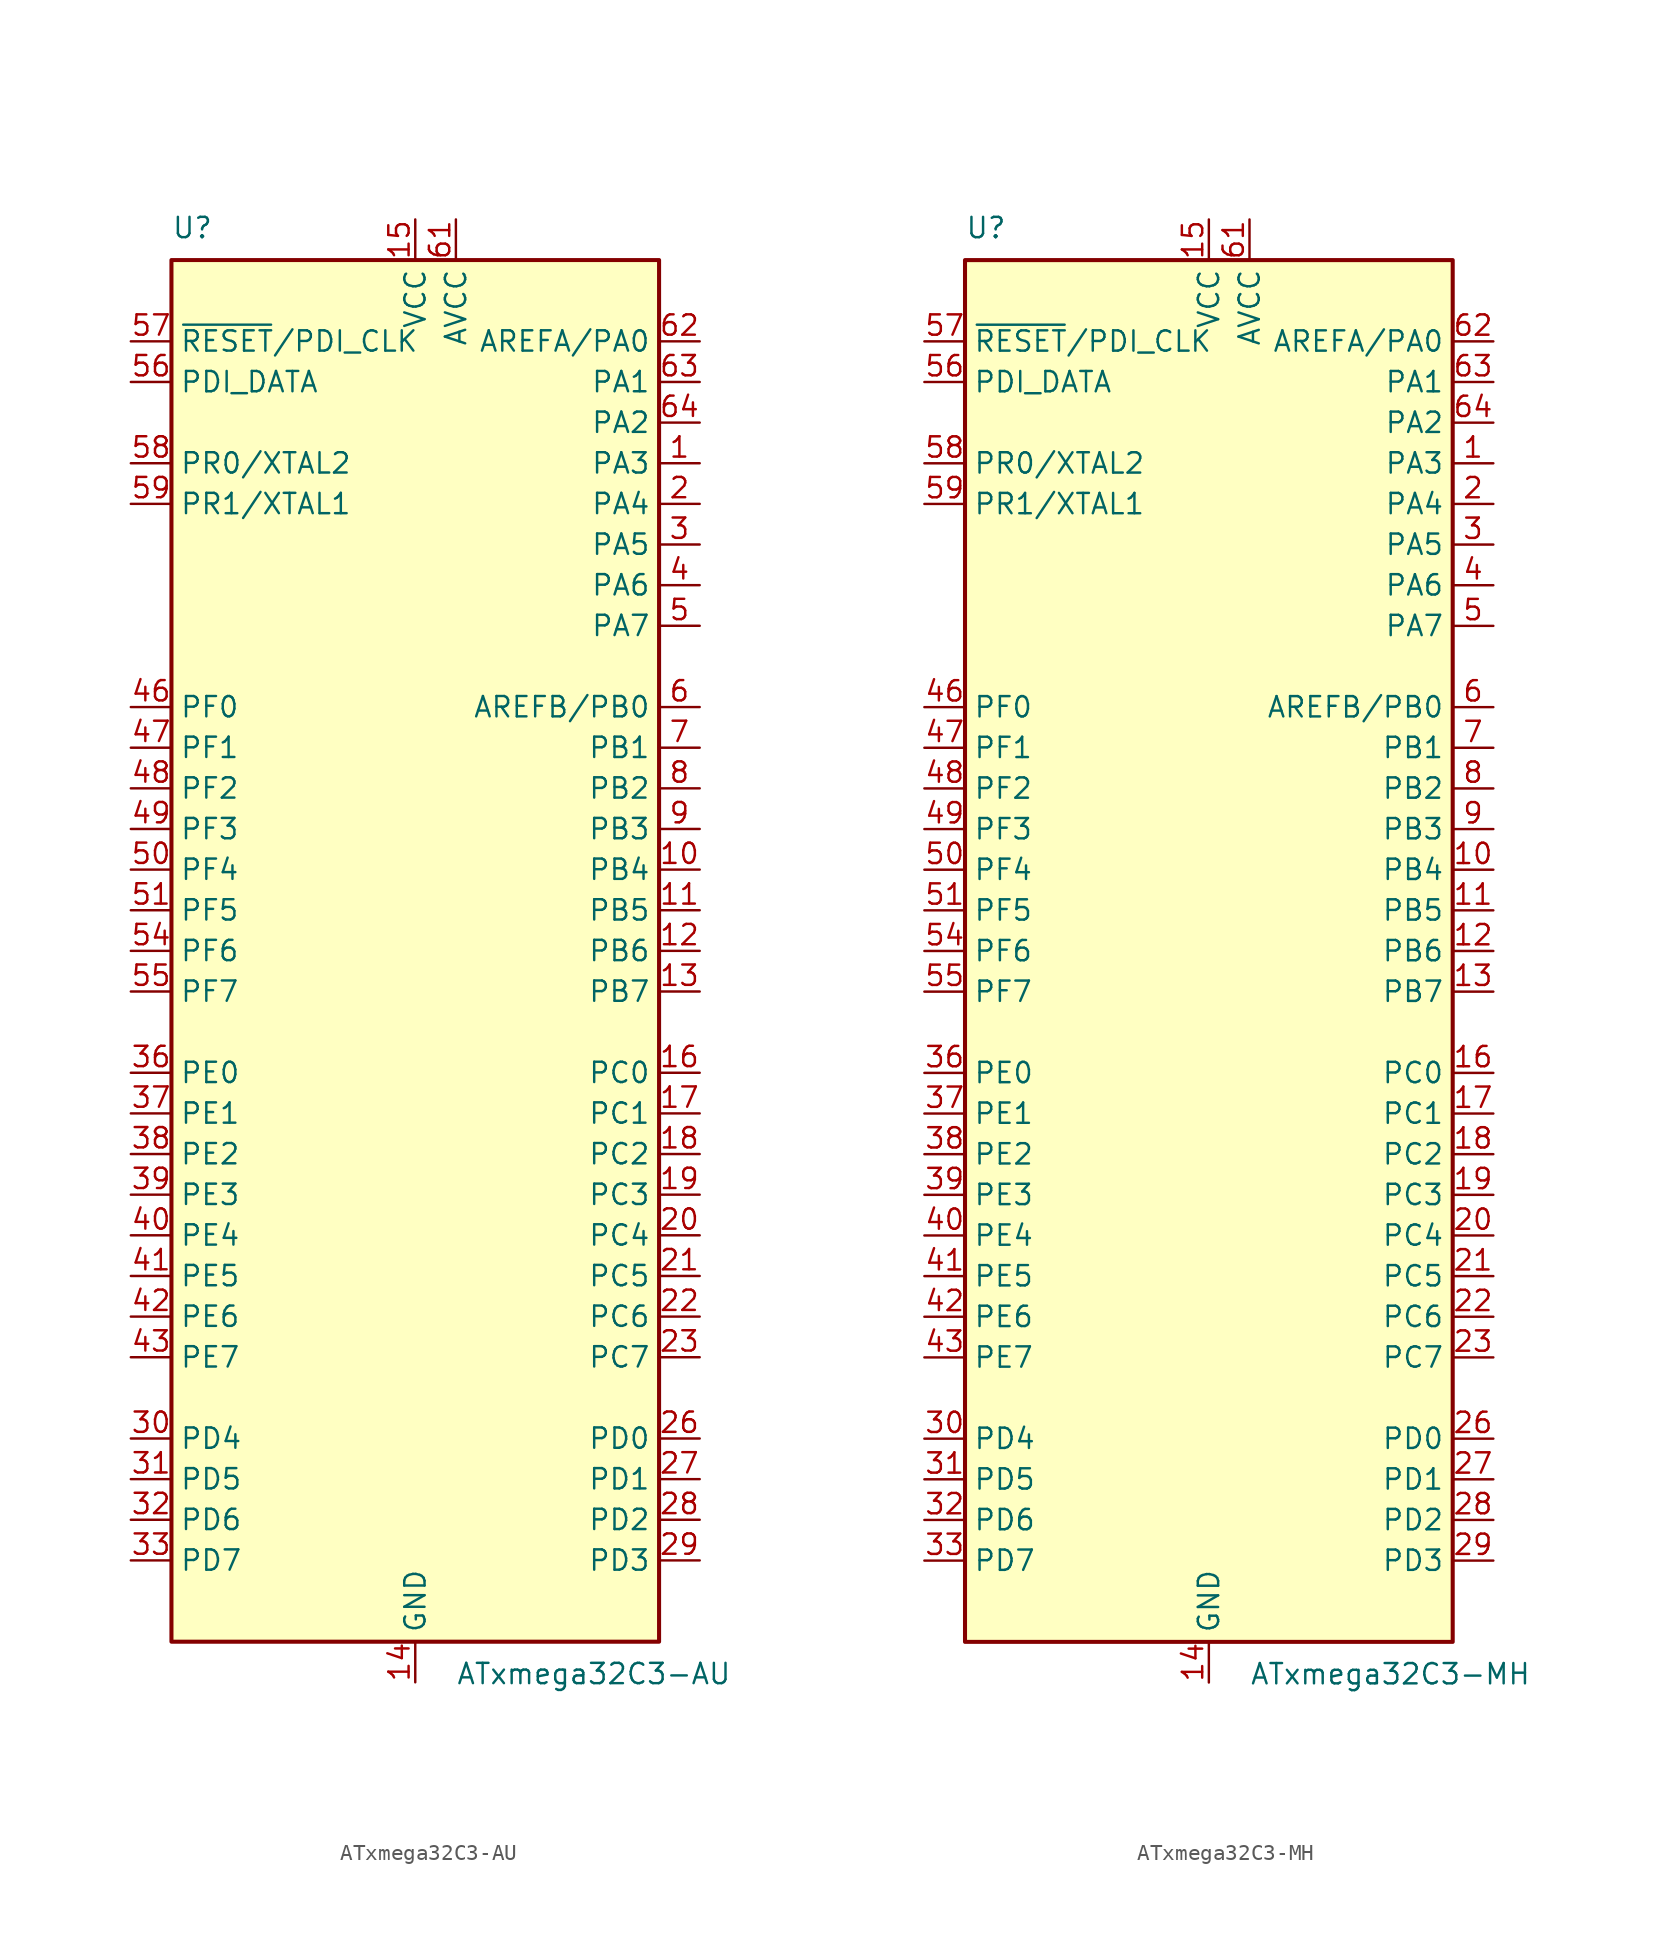
<source format=kicad_sym>
(kicad_symbol_lib
  (version 20211014)
  (generator kicad_symbol_editor)
  (symbol "ATxmega32C3-AU"
    (property "Reference" "U"
      (at -15.24 44.45 0)
      (effects (font (size 1.27 1.27)) (justify left bottom)))
    (property "Value" "ATxmega32C3-AU"
      (at 2.54 -44.45 0)
      (effects (font (size 1.27 1.27)) (justify left top)))
    (symbol "ATxmega32C3-AU_0_1"
      (rectangle (start -15.24 -43.18) (end 15.24 43.18) (stroke (width 0.254) (type default) (color 0 0 0 0)) (fill (type background))))
    (symbol "ATxmega32C3-AU_1_1"
      (pin bidirectional line (at 17.78 30.48 180) (length 2.54) (name "PA3" (effects (font (size 1.27 1.27)))) (number "1" (effects (font (size 1.27 1.27)))))
      (pin bidirectional line (at 17.78 5.08 180) (length 2.54) (name "PB4" (effects (font (size 1.27 1.27)))) (number "10" (effects (font (size 1.27 1.27)))))
      (pin bidirectional line (at 17.78 2.54 180) (length 2.54) (name "PB5" (effects (font (size 1.27 1.27)))) (number "11" (effects (font (size 1.27 1.27)))))
      (pin bidirectional line (at 17.78 0 180) (length 2.54) (name "PB6" (effects (font (size 1.27 1.27)))) (number "12" (effects (font (size 1.27 1.27)))))
      (pin bidirectional line (at 17.78 -2.54 180) (length 2.54) (name "PB7" (effects (font (size 1.27 1.27)))) (number "13" (effects (font (size 1.27 1.27)))))
      (pin power_in line (at 0 -45.72 90) (length 2.54) (name "GND" (effects (font (size 1.27 1.27)))) (number "14" (effects (font (size 1.27 1.27)))))
      (pin power_in line (at 0 45.72 270) (length 2.54) (name "VCC" (effects (font (size 1.27 1.27)))) (number "15" (effects (font (size 1.27 1.27)))))
      (pin bidirectional line (at 17.78 -7.62 180) (length 2.54) (name "PC0" (effects (font (size 1.27 1.27)))) (number "16" (effects (font (size 1.27 1.27)))))
      (pin bidirectional line (at 17.78 -10.16 180) (length 2.54) (name "PC1" (effects (font (size 1.27 1.27)))) (number "17" (effects (font (size 1.27 1.27)))))
      (pin bidirectional line (at 17.78 -12.7 180) (length 2.54) (name "PC2" (effects (font (size 1.27 1.27)))) (number "18" (effects (font (size 1.27 1.27)))))
      (pin bidirectional line (at 17.78 -15.24 180) (length 2.54) (name "PC3" (effects (font (size 1.27 1.27)))) (number "19" (effects (font (size 1.27 1.27)))))
      (pin bidirectional line (at 17.78 27.94 180) (length 2.54) (name "PA4" (effects (font (size 1.27 1.27)))) (number "2" (effects (font (size 1.27 1.27)))))
      (pin bidirectional line (at 17.78 -17.78 180) (length 2.54) (name "PC4" (effects (font (size 1.27 1.27)))) (number "20" (effects (font (size 1.27 1.27)))))
      (pin bidirectional line (at 17.78 -20.32 180) (length 2.54) (name "PC5" (effects (font (size 1.27 1.27)))) (number "21" (effects (font (size 1.27 1.27)))))
      (pin bidirectional line (at 17.78 -22.86 180) (length 2.54) (name "PC6" (effects (font (size 1.27 1.27)))) (number "22" (effects (font (size 1.27 1.27)))))
      (pin bidirectional line (at 17.78 -25.4 180) (length 2.54) (name "PC7" (effects (font (size 1.27 1.27)))) (number "23" (effects (font (size 1.27 1.27)))))
      (pin passive line (at 0 -45.72 90) (length 2.54) hide (name "GND" (effects (font (size 1.27 1.27)))) (number "24" (effects (font (size 1.27 1.27)))))
      (pin passive line (at 0 45.72 270) (length 2.54) hide (name "VCC" (effects (font (size 1.27 1.27)))) (number "25" (effects (font (size 1.27 1.27)))))
      (pin bidirectional line (at 17.78 -30.48 180) (length 2.54) (name "PD0" (effects (font (size 1.27 1.27)))) (number "26" (effects (font (size 1.27 1.27)))))
      (pin bidirectional line (at 17.78 -33.02 180) (length 2.54) (name "PD1" (effects (font (size 1.27 1.27)))) (number "27" (effects (font (size 1.27 1.27)))))
      (pin bidirectional line (at 17.78 -35.56 180) (length 2.54) (name "PD2" (effects (font (size 1.27 1.27)))) (number "28" (effects (font (size 1.27 1.27)))))
      (pin bidirectional line (at 17.78 -38.1 180) (length 2.54) (name "PD3" (effects (font (size 1.27 1.27)))) (number "29" (effects (font (size 1.27 1.27)))))
      (pin bidirectional line (at 17.78 25.4 180) (length 2.54) (name "PA5" (effects (font (size 1.27 1.27)))) (number "3" (effects (font (size 1.27 1.27)))))
      (pin bidirectional line (at -17.78 -30.48 0) (length 2.54) (name "PD4" (effects (font (size 1.27 1.27)))) (number "30" (effects (font (size 1.27 1.27)))))
      (pin bidirectional line (at -17.78 -33.02 0) (length 2.54) (name "PD5" (effects (font (size 1.27 1.27)))) (number "31" (effects (font (size 1.27 1.27)))))
      (pin bidirectional line (at -17.78 -35.56 0) (length 2.54) (name "PD6" (effects (font (size 1.27 1.27)))) (number "32" (effects (font (size 1.27 1.27)))))
      (pin bidirectional line (at -17.78 -38.1 0) (length 2.54) (name "PD7" (effects (font (size 1.27 1.27)))) (number "33" (effects (font (size 1.27 1.27)))))
      (pin passive line (at 0 -45.72 90) (length 2.54) hide (name "GND" (effects (font (size 1.27 1.27)))) (number "34" (effects (font (size 1.27 1.27)))))
      (pin passive line (at 0 45.72 270) (length 2.54) hide (name "VCC" (effects (font (size 1.27 1.27)))) (number "35" (effects (font (size 1.27 1.27)))))
      (pin bidirectional line (at -17.78 -7.62 0) (length 2.54) (name "PE0" (effects (font (size 1.27 1.27)))) (number "36" (effects (font (size 1.27 1.27)))))
      (pin bidirectional line (at -17.78 -10.16 0) (length 2.54) (name "PE1" (effects (font (size 1.27 1.27)))) (number "37" (effects (font (size 1.27 1.27)))))
      (pin bidirectional line (at -17.78 -12.7 0) (length 2.54) (name "PE2" (effects (font (size 1.27 1.27)))) (number "38" (effects (font (size 1.27 1.27)))))
      (pin bidirectional line (at -17.78 -15.24 0) (length 2.54) (name "PE3" (effects (font (size 1.27 1.27)))) (number "39" (effects (font (size 1.27 1.27)))))
      (pin bidirectional line (at 17.78 22.86 180) (length 2.54) (name "PA6" (effects (font (size 1.27 1.27)))) (number "4" (effects (font (size 1.27 1.27)))))
      (pin bidirectional line (at -17.78 -17.78 0) (length 2.54) (name "PE4" (effects (font (size 1.27 1.27)))) (number "40" (effects (font (size 1.27 1.27)))))
      (pin bidirectional line (at -17.78 -20.32 0) (length 2.54) (name "PE5" (effects (font (size 1.27 1.27)))) (number "41" (effects (font (size 1.27 1.27)))))
      (pin bidirectional line (at -17.78 -22.86 0) (length 2.54) (name "PE6" (effects (font (size 1.27 1.27)))) (number "42" (effects (font (size 1.27 1.27)))))
      (pin bidirectional line (at -17.78 -25.4 0) (length 2.54) (name "PE7" (effects (font (size 1.27 1.27)))) (number "43" (effects (font (size 1.27 1.27)))))
      (pin passive line (at 0 -45.72 90) (length 2.54) hide (name "GND" (effects (font (size 1.27 1.27)))) (number "44" (effects (font (size 1.27 1.27)))))
      (pin passive line (at 0 45.72 270) (length 2.54) hide (name "VCC" (effects (font (size 1.27 1.27)))) (number "45" (effects (font (size 1.27 1.27)))))
      (pin bidirectional line (at -17.78 15.24 0) (length 2.54) (name "PF0" (effects (font (size 1.27 1.27)))) (number "46" (effects (font (size 1.27 1.27)))))
      (pin bidirectional line (at -17.78 12.7 0) (length 2.54) (name "PF1" (effects (font (size 1.27 1.27)))) (number "47" (effects (font (size 1.27 1.27)))))
      (pin bidirectional line (at -17.78 10.16 0) (length 2.54) (name "PF2" (effects (font (size 1.27 1.27)))) (number "48" (effects (font (size 1.27 1.27)))))
      (pin bidirectional line (at -17.78 7.62 0) (length 2.54) (name "PF3" (effects (font (size 1.27 1.27)))) (number "49" (effects (font (size 1.27 1.27)))))
      (pin bidirectional line (at 17.78 20.32 180) (length 2.54) (name "PA7" (effects (font (size 1.27 1.27)))) (number "5" (effects (font (size 1.27 1.27)))))
      (pin bidirectional line (at -17.78 5.08 0) (length 2.54) (name "PF4" (effects (font (size 1.27 1.27)))) (number "50" (effects (font (size 1.27 1.27)))))
      (pin bidirectional line (at -17.78 2.54 0) (length 2.54) (name "PF5" (effects (font (size 1.27 1.27)))) (number "51" (effects (font (size 1.27 1.27)))))
      (pin passive line (at 0 -45.72 90) (length 2.54) hide (name "GND" (effects (font (size 1.27 1.27)))) (number "52" (effects (font (size 1.27 1.27)))))
      (pin passive line (at 0 45.72 270) (length 2.54) hide (name "VCC" (effects (font (size 1.27 1.27)))) (number "53" (effects (font (size 1.27 1.27)))))
      (pin bidirectional line (at -17.78 0 0) (length 2.54) (name "PF6" (effects (font (size 1.27 1.27)))) (number "54" (effects (font (size 1.27 1.27)))))
      (pin bidirectional line (at -17.78 -2.54 0) (length 2.54) (name "PF7" (effects (font (size 1.27 1.27)))) (number "55" (effects (font (size 1.27 1.27)))))
      (pin bidirectional line (at -17.78 35.56 0) (length 2.54) (name "PDI_DATA" (effects (font (size 1.27 1.27)))) (number "56" (effects (font (size 1.27 1.27)))))
      (pin input line (at -17.78 38.1 0) (length 2.54) (name "~{RESET}/PDI_CLK" (effects (font (size 1.27 1.27)))) (number "57" (effects (font (size 1.27 1.27)))))
      (pin bidirectional line (at -17.78 30.48 0) (length 2.54) (name "PR0/XTAL2" (effects (font (size 1.27 1.27)))) (number "58" (effects (font (size 1.27 1.27)))))
      (pin bidirectional line (at -17.78 27.94 0) (length 2.54) (name "PR1/XTAL1" (effects (font (size 1.27 1.27)))) (number "59" (effects (font (size 1.27 1.27)))))
      (pin bidirectional line (at 17.78 15.24 180) (length 2.54) (name "AREFB/PB0" (effects (font (size 1.27 1.27)))) (number "6" (effects (font (size 1.27 1.27)))))
      (pin passive line (at 0 -45.72 90) (length 2.54) hide (name "GND" (effects (font (size 1.27 1.27)))) (number "60" (effects (font (size 1.27 1.27)))))
      (pin power_in line (at 2.54 45.72 270) (length 2.54) (name "AVCC" (effects (font (size 1.27 1.27)))) (number "61" (effects (font (size 1.27 1.27)))))
      (pin bidirectional line (at 17.78 38.1 180) (length 2.54) (name "AREFA/PA0" (effects (font (size 1.27 1.27)))) (number "62" (effects (font (size 1.27 1.27)))))
      (pin bidirectional line (at 17.78 35.56 180) (length 2.54) (name "PA1" (effects (font (size 1.27 1.27)))) (number "63" (effects (font (size 1.27 1.27)))))
      (pin bidirectional line (at 17.78 33.02 180) (length 2.54) (name "PA2" (effects (font (size 1.27 1.27)))) (number "64" (effects (font (size 1.27 1.27)))))
      (pin bidirectional line (at 17.78 12.7 180) (length 2.54) (name "PB1" (effects (font (size 1.27 1.27)))) (number "7" (effects (font (size 1.27 1.27)))))
      (pin bidirectional line (at 17.78 10.16 180) (length 2.54) (name "PB2" (effects (font (size 1.27 1.27)))) (number "8" (effects (font (size 1.27 1.27)))))
      (pin bidirectional line (at 17.78 7.62 180) (length 2.54) (name "PB3" (effects (font (size 1.27 1.27)))) (number "9" (effects (font (size 1.27 1.27)))))))
  (symbol "ATxmega32C3-MH"
    (property "Reference" "U"
      (at -15.24 44.45 0)
      (effects (font (size 1.27 1.27)) (justify left bottom)))
    (property "Value" "ATxmega32C3-MH"
      (at 2.54 -44.45 0)
      (effects (font (size 1.27 1.27)) (justify left top)))
    (symbol "ATxmega32C3-MH_0_1"
      (rectangle (start -15.24 -43.18) (end 15.24 43.18) (stroke (width 0.254) (type default) (color 0 0 0 0)) (fill (type background))))
    (symbol "ATxmega32C3-MH_1_1"
      (pin bidirectional line (at 17.78 30.48 180) (length 2.54) (name "PA3" (effects (font (size 1.27 1.27)))) (number "1" (effects (font (size 1.27 1.27)))))
      (pin bidirectional line (at 17.78 5.08 180) (length 2.54) (name "PB4" (effects (font (size 1.27 1.27)))) (number "10" (effects (font (size 1.27 1.27)))))
      (pin bidirectional line (at 17.78 2.54 180) (length 2.54) (name "PB5" (effects (font (size 1.27 1.27)))) (number "11" (effects (font (size 1.27 1.27)))))
      (pin bidirectional line (at 17.78 0 180) (length 2.54) (name "PB6" (effects (font (size 1.27 1.27)))) (number "12" (effects (font (size 1.27 1.27)))))
      (pin bidirectional line (at 17.78 -2.54 180) (length 2.54) (name "PB7" (effects (font (size 1.27 1.27)))) (number "13" (effects (font (size 1.27 1.27)))))
      (pin power_in line (at 0 -45.72 90) (length 2.54) (name "GND" (effects (font (size 1.27 1.27)))) (number "14" (effects (font (size 1.27 1.27)))))
      (pin power_in line (at 0 45.72 270) (length 2.54) (name "VCC" (effects (font (size 1.27 1.27)))) (number "15" (effects (font (size 1.27 1.27)))))
      (pin bidirectional line (at 17.78 -7.62 180) (length 2.54) (name "PC0" (effects (font (size 1.27 1.27)))) (number "16" (effects (font (size 1.27 1.27)))))
      (pin bidirectional line (at 17.78 -10.16 180) (length 2.54) (name "PC1" (effects (font (size 1.27 1.27)))) (number "17" (effects (font (size 1.27 1.27)))))
      (pin bidirectional line (at 17.78 -12.7 180) (length 2.54) (name "PC2" (effects (font (size 1.27 1.27)))) (number "18" (effects (font (size 1.27 1.27)))))
      (pin bidirectional line (at 17.78 -15.24 180) (length 2.54) (name "PC3" (effects (font (size 1.27 1.27)))) (number "19" (effects (font (size 1.27 1.27)))))
      (pin bidirectional line (at 17.78 27.94 180) (length 2.54) (name "PA4" (effects (font (size 1.27 1.27)))) (number "2" (effects (font (size 1.27 1.27)))))
      (pin bidirectional line (at 17.78 -17.78 180) (length 2.54) (name "PC4" (effects (font (size 1.27 1.27)))) (number "20" (effects (font (size 1.27 1.27)))))
      (pin bidirectional line (at 17.78 -20.32 180) (length 2.54) (name "PC5" (effects (font (size 1.27 1.27)))) (number "21" (effects (font (size 1.27 1.27)))))
      (pin bidirectional line (at 17.78 -22.86 180) (length 2.54) (name "PC6" (effects (font (size 1.27 1.27)))) (number "22" (effects (font (size 1.27 1.27)))))
      (pin bidirectional line (at 17.78 -25.4 180) (length 2.54) (name "PC7" (effects (font (size 1.27 1.27)))) (number "23" (effects (font (size 1.27 1.27)))))
      (pin passive line (at 0 -45.72 90) (length 2.54) hide (name "GND" (effects (font (size 1.27 1.27)))) (number "24" (effects (font (size 1.27 1.27)))))
      (pin passive line (at 0 45.72 270) (length 2.54) hide (name "VCC" (effects (font (size 1.27 1.27)))) (number "25" (effects (font (size 1.27 1.27)))))
      (pin bidirectional line (at 17.78 -30.48 180) (length 2.54) (name "PD0" (effects (font (size 1.27 1.27)))) (number "26" (effects (font (size 1.27 1.27)))))
      (pin bidirectional line (at 17.78 -33.02 180) (length 2.54) (name "PD1" (effects (font (size 1.27 1.27)))) (number "27" (effects (font (size 1.27 1.27)))))
      (pin bidirectional line (at 17.78 -35.56 180) (length 2.54) (name "PD2" (effects (font (size 1.27 1.27)))) (number "28" (effects (font (size 1.27 1.27)))))
      (pin bidirectional line (at 17.78 -38.1 180) (length 2.54) (name "PD3" (effects (font (size 1.27 1.27)))) (number "29" (effects (font (size 1.27 1.27)))))
      (pin bidirectional line (at 17.78 25.4 180) (length 2.54) (name "PA5" (effects (font (size 1.27 1.27)))) (number "3" (effects (font (size 1.27 1.27)))))
      (pin bidirectional line (at -17.78 -30.48 0) (length 2.54) (name "PD4" (effects (font (size 1.27 1.27)))) (number "30" (effects (font (size 1.27 1.27)))))
      (pin bidirectional line (at -17.78 -33.02 0) (length 2.54) (name "PD5" (effects (font (size 1.27 1.27)))) (number "31" (effects (font (size 1.27 1.27)))))
      (pin bidirectional line (at -17.78 -35.56 0) (length 2.54) (name "PD6" (effects (font (size 1.27 1.27)))) (number "32" (effects (font (size 1.27 1.27)))))
      (pin bidirectional line (at -17.78 -38.1 0) (length 2.54) (name "PD7" (effects (font (size 1.27 1.27)))) (number "33" (effects (font (size 1.27 1.27)))))
      (pin passive line (at 0 -45.72 90) (length 2.54) hide (name "GND" (effects (font (size 1.27 1.27)))) (number "34" (effects (font (size 1.27 1.27)))))
      (pin passive line (at 0 45.72 270) (length 2.54) hide (name "VCC" (effects (font (size 1.27 1.27)))) (number "35" (effects (font (size 1.27 1.27)))))
      (pin bidirectional line (at -17.78 -7.62 0) (length 2.54) (name "PE0" (effects (font (size 1.27 1.27)))) (number "36" (effects (font (size 1.27 1.27)))))
      (pin bidirectional line (at -17.78 -10.16 0) (length 2.54) (name "PE1" (effects (font (size 1.27 1.27)))) (number "37" (effects (font (size 1.27 1.27)))))
      (pin bidirectional line (at -17.78 -12.7 0) (length 2.54) (name "PE2" (effects (font (size 1.27 1.27)))) (number "38" (effects (font (size 1.27 1.27)))))
      (pin bidirectional line (at -17.78 -15.24 0) (length 2.54) (name "PE3" (effects (font (size 1.27 1.27)))) (number "39" (effects (font (size 1.27 1.27)))))
      (pin bidirectional line (at 17.78 22.86 180) (length 2.54) (name "PA6" (effects (font (size 1.27 1.27)))) (number "4" (effects (font (size 1.27 1.27)))))
      (pin bidirectional line (at -17.78 -17.78 0) (length 2.54) (name "PE4" (effects (font (size 1.27 1.27)))) (number "40" (effects (font (size 1.27 1.27)))))
      (pin bidirectional line (at -17.78 -20.32 0) (length 2.54) (name "PE5" (effects (font (size 1.27 1.27)))) (number "41" (effects (font (size 1.27 1.27)))))
      (pin bidirectional line (at -17.78 -22.86 0) (length 2.54) (name "PE6" (effects (font (size 1.27 1.27)))) (number "42" (effects (font (size 1.27 1.27)))))
      (pin bidirectional line (at -17.78 -25.4 0) (length 2.54) (name "PE7" (effects (font (size 1.27 1.27)))) (number "43" (effects (font (size 1.27 1.27)))))
      (pin passive line (at 0 -45.72 90) (length 2.54) hide (name "GND" (effects (font (size 1.27 1.27)))) (number "44" (effects (font (size 1.27 1.27)))))
      (pin passive line (at 0 45.72 270) (length 2.54) hide (name "VCC" (effects (font (size 1.27 1.27)))) (number "45" (effects (font (size 1.27 1.27)))))
      (pin bidirectional line (at -17.78 15.24 0) (length 2.54) (name "PF0" (effects (font (size 1.27 1.27)))) (number "46" (effects (font (size 1.27 1.27)))))
      (pin bidirectional line (at -17.78 12.7 0) (length 2.54) (name "PF1" (effects (font (size 1.27 1.27)))) (number "47" (effects (font (size 1.27 1.27)))))
      (pin bidirectional line (at -17.78 10.16 0) (length 2.54) (name "PF2" (effects (font (size 1.27 1.27)))) (number "48" (effects (font (size 1.27 1.27)))))
      (pin bidirectional line (at -17.78 7.62 0) (length 2.54) (name "PF3" (effects (font (size 1.27 1.27)))) (number "49" (effects (font (size 1.27 1.27)))))
      (pin bidirectional line (at 17.78 20.32 180) (length 2.54) (name "PA7" (effects (font (size 1.27 1.27)))) (number "5" (effects (font (size 1.27 1.27)))))
      (pin bidirectional line (at -17.78 5.08 0) (length 2.54) (name "PF4" (effects (font (size 1.27 1.27)))) (number "50" (effects (font (size 1.27 1.27)))))
      (pin bidirectional line (at -17.78 2.54 0) (length 2.54) (name "PF5" (effects (font (size 1.27 1.27)))) (number "51" (effects (font (size 1.27 1.27)))))
      (pin passive line (at 0 -45.72 90) (length 2.54) hide (name "GND" (effects (font (size 1.27 1.27)))) (number "52" (effects (font (size 1.27 1.27)))))
      (pin passive line (at 0 45.72 270) (length 2.54) hide (name "VCC" (effects (font (size 1.27 1.27)))) (number "53" (effects (font (size 1.27 1.27)))))
      (pin bidirectional line (at -17.78 0 0) (length 2.54) (name "PF6" (effects (font (size 1.27 1.27)))) (number "54" (effects (font (size 1.27 1.27)))))
      (pin bidirectional line (at -17.78 -2.54 0) (length 2.54) (name "PF7" (effects (font (size 1.27 1.27)))) (number "55" (effects (font (size 1.27 1.27)))))
      (pin bidirectional line (at -17.78 35.56 0) (length 2.54) (name "PDI_DATA" (effects (font (size 1.27 1.27)))) (number "56" (effects (font (size 1.27 1.27)))))
      (pin input line (at -17.78 38.1 0) (length 2.54) (name "~{RESET}/PDI_CLK" (effects (font (size 1.27 1.27)))) (number "57" (effects (font (size 1.27 1.27)))))
      (pin bidirectional line (at -17.78 30.48 0) (length 2.54) (name "PR0/XTAL2" (effects (font (size 1.27 1.27)))) (number "58" (effects (font (size 1.27 1.27)))))
      (pin bidirectional line (at -17.78 27.94 0) (length 2.54) (name "PR1/XTAL1" (effects (font (size 1.27 1.27)))) (number "59" (effects (font (size 1.27 1.27)))))
      (pin bidirectional line (at 17.78 15.24 180) (length 2.54) (name "AREFB/PB0" (effects (font (size 1.27 1.27)))) (number "6" (effects (font (size 1.27 1.27)))))
      (pin passive line (at 0 -45.72 90) (length 2.54) hide (name "GND" (effects (font (size 1.27 1.27)))) (number "60" (effects (font (size 1.27 1.27)))))
      (pin power_in line (at 2.54 45.72 270) (length 2.54) (name "AVCC" (effects (font (size 1.27 1.27)))) (number "61" (effects (font (size 1.27 1.27)))))
      (pin bidirectional line (at 17.78 38.1 180) (length 2.54) (name "AREFA/PA0" (effects (font (size 1.27 1.27)))) (number "62" (effects (font (size 1.27 1.27)))))
      (pin bidirectional line (at 17.78 35.56 180) (length 2.54) (name "PA1" (effects (font (size 1.27 1.27)))) (number "63" (effects (font (size 1.27 1.27)))))
      (pin bidirectional line (at 17.78 33.02 180) (length 2.54) (name "PA2" (effects (font (size 1.27 1.27)))) (number "64" (effects (font (size 1.27 1.27)))))
      (pin passive line (at 0 -45.72 90) (length 2.54) hide (name "GND" (effects (font (size 1.27 1.27)))) (number "65" (effects (font (size 1.27 1.27)))))
      (pin bidirectional line (at 17.78 12.7 180) (length 2.54) (name "PB1" (effects (font (size 1.27 1.27)))) (number "7" (effects (font (size 1.27 1.27)))))
      (pin bidirectional line (at 17.78 10.16 180) (length 2.54) (name "PB2" (effects (font (size 1.27 1.27)))) (number "8" (effects (font (size 1.27 1.27)))))
      (pin bidirectional line (at 17.78 7.62 180) (length 2.54) (name "PB3" (effects (font (size 1.27 1.27)))) (number "9" (effects (font (size 1.27 1.27))))))))
</source>
